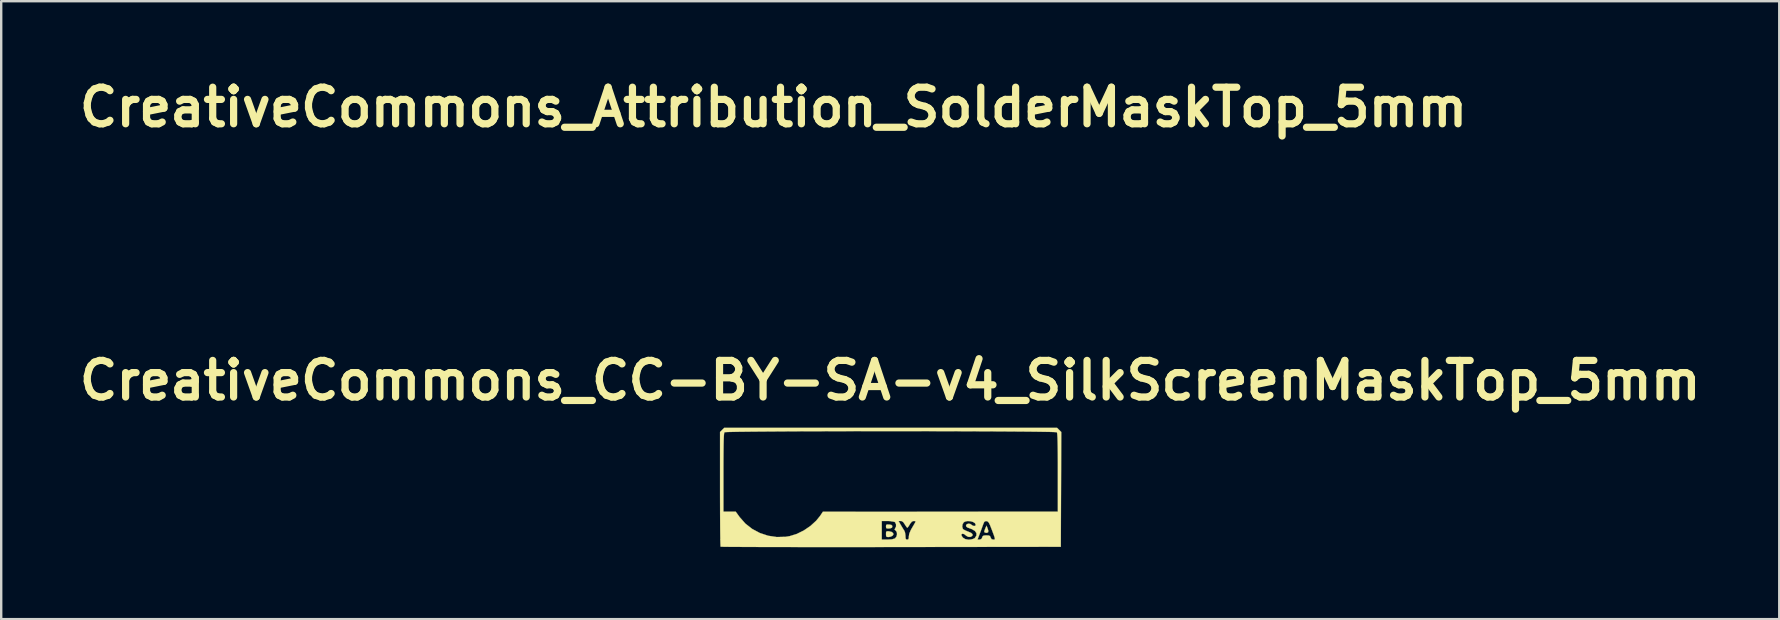
<source format=kicad_pcb>
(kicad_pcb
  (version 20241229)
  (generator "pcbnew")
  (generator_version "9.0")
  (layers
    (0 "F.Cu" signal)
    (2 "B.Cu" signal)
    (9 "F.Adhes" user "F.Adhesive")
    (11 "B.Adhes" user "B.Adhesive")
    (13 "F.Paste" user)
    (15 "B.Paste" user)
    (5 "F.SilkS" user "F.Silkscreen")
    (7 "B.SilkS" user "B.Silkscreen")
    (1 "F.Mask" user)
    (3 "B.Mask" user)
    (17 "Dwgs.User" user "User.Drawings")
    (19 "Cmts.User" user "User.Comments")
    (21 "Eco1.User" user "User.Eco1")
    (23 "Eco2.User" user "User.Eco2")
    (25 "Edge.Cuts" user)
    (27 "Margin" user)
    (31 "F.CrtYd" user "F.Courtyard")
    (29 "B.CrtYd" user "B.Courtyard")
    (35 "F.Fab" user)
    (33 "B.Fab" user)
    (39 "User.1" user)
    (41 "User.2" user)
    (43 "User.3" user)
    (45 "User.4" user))
  (footprint "CreativeCommons_Attribution_SolderMaskTop_5mm"
    (layer "F.Cu")
    (at 29.181 5.863)
    (property "Reference" "CreativeCommons_Attribution_SolderMaskTop_5mm" (at 0 -4.445 0) (layer "F.SilkS") (effects (font (size 1.524 1.524) (thickness 0.3))))
    (attr through_hole)
    (fp_poly (pts (xy 0.158 -1.622) (xy 0.278 -1.56) (xy 0.325 -1.503) (xy 0.361 -1.377) (xy 0.361 -1.225) (xy 0.33 -1.084) (xy 0.294 -1.018) (xy 0.196 -0.95) (xy 0.055 -0.912) (xy -0.095 -0.909) (xy -0.19 -0.933) (xy -0.301 -1.022) (xy -0.358 -1.172) (xy -0.366 -1.28) (xy -0.346 -1.444) (xy -0.28 -1.552) (xy -0.157 -1.621) (xy -0.143 -1.625) (xy 0.008 -1.647) (xy 0.158 -1.622)) (stroke (width 0.01) (type solid)) (fill yes) (layer "F.Mask"))
    (fp_poly (pts (xy 0.108 -0.814) (xy 0.302 -0.809) (xy 0.468 -0.799) (xy 0.588 -0.783) (xy 0.642 -0.764) (xy 0.665 -0.702) (xy 0.681 -0.567) (xy 0.689 -0.357) (xy 0.691 -0.154) (xy 0.691 0.406) (xy 0.406 0.406) (xy 0.406 1.666) (xy -0.406 1.666) (xy -0.406 0.406) (xy -0.691 0.406) (xy -0.691 -0.154) (xy -0.687 -0.422) (xy -0.677 -0.611) (xy -0.66 -0.726) (xy -0.642 -0.764) (xy -0.582 -0.784) (xy -0.458 -0.8) (xy -0.29 -0.81) (xy -0.095 -0.815) (xy 0.108 -0.814)) (stroke (width 0.01) (type solid)) (fill yes) (layer "F.Mask"))
    (fp_poly (pts (xy 0.144 -2.512) (xy 0.437 -2.489) (xy 0.699 -2.449) (xy 0.883 -2.399) (xy 1.25 -2.228) (xy 1.594 -1.99) (xy 1.902 -1.697) (xy 2.159 -1.362) (xy 2.354 -0.999) (xy 2.401 -0.879) (xy 2.455 -0.667) (xy 2.493 -0.402) (xy 2.514 -0.11) (xy 2.515 0.184) (xy 2.497 0.452) (xy 2.463 0.652) (xy 2.322 1.049) (xy 2.111 1.419) (xy 1.841 1.751) (xy 1.521 2.036) (xy 1.16 2.264) (xy 0.768 2.426) (xy 0.665 2.455) (xy 0.444 2.494) (xy 0.176 2.514) (xy -0.111 2.516) (xy -0.388 2.499) (xy -0.627 2.464) (xy -0.711 2.444) (xy -1.097 2.293) (xy -1.458 2.074) (xy -1.783 1.798) (xy -2.062 1.477) (xy -2.284 1.12) (xy -2.438 0.74) (xy -2.458 0.668) (xy -2.494 0.462) (xy -2.514 0.206) (xy -2.518 -0.073) (xy -2.514 -0.166) (xy -2.027 -0.166) (xy -2.024 0.209) (xy -1.948 0.58) (xy -1.799 0.935) (xy -1.703 1.093) (xy -1.446 1.411) (xy -1.144 1.668) (xy -0.807 1.859) (xy -0.443 1.982) (xy -0.062 2.033) (xy 0.327 2.008) (xy 0.507 1.97) (xy 0.793 1.872) (xy 1.052 1.731) (xy 1.307 1.534) (xy 1.446 1.403) (xy 1.692 1.123) (xy 1.866 0.839) (xy 1.974 0.532) (xy 2.025 0.184) (xy 2.031 0) (xy 2.005 -0.367) (xy 1.924 -0.692) (xy 1.779 -0.99) (xy 1.564 -1.278) (xy 1.425 -1.426) (xy 1.148 -1.673) (xy 0.874 -1.849) (xy 0.584 -1.961) (xy 0.26 -2.019) (xy 0 -2.031) (xy -0.398 -1.996) (xy -0.76 -1.89) (xy -1.095 -1.71) (xy -1.34 -1.517) (xy -1.614 -1.221) (xy -1.821 -0.891) (xy -1.959 -0.536) (xy -2.027 -0.166) (xy -2.514 -0.166) (xy -2.506 -0.343) (xy -2.477 -0.577) (xy -2.458 -0.668) (xy -2.321 -1.049) (xy -2.114 -1.406) (xy -1.831 -1.747) (xy -1.77 -1.809) (xy -1.479 -2.067) (xy -1.186 -2.259) (xy -0.872 -2.398) (xy -0.652 -2.463) (xy -0.427 -2.5) (xy -0.153 -2.516) (xy 0.144 -2.512)) (stroke (width 0.01) (type solid)) (fill yes) (layer "F.Mask")))
  (footprint "CreativeCommons_CC-BY-SA-v4_SilkScreenMaskTop_5mm"
    (layer "F.Cu")
    (at 34.043 17.247)
    (property "Reference" "CreativeCommons_CC-BY-SA-v4_SilkScreenMaskTop_5mm" (at 0 -4.445 0) (layer "F.SilkS") (effects (font (size 1.524 1.524) (thickness 0.3))))
    (attr through_hole)
    (fp_poly (pts (xy 0.471 -1.569) (xy 0.549 -1.515) (xy 0.592 -1.43) (xy 0.591 -1.334) (xy 0.544 -1.255) (xy 0.451 -1.204) (xy 0.35 -1.214) (xy 0.265 -1.282) (xy 0.26 -1.289) (xy 0.226 -1.395) (xy 0.253 -1.492) (xy 0.334 -1.56) (xy 0.371 -1.573) (xy 0.471 -1.569)) (stroke (width 0.01) (type solid)) (fill yes) (layer "F.Mask"))
    (fp_poly (pts (xy 0.426 -1.121) (xy 0.758 -1.111) (xy 0.769 -0.785) (xy 0.772 -0.632) (xy 0.77 -0.536) (xy 0.76 -0.484) (xy 0.74 -0.463) (xy 0.707 -0.459) (xy 0.673 -0.454) (xy 0.652 -0.431) (xy 0.641 -0.376) (xy 0.636 -0.277) (xy 0.635 -0.123) (xy 0.635 0.212) (xy 0.212 0.212) (xy 0.212 -0.123) (xy 0.211 -0.279) (xy 0.207 -0.377) (xy 0.196 -0.43) (xy 0.174 -0.453) (xy 0.138 -0.459) (xy 0.123 -0.459) (xy 0.08 -0.461) (xy 0.054 -0.479) (xy 0.041 -0.527) (xy 0.036 -0.618) (xy 0.036 -0.75) (xy 0.039 -0.89) (xy 0.048 -1.006) (xy 0.061 -1.077) (xy 0.065 -1.086) (xy 0.103 -1.109) (xy 0.189 -1.121) (xy 0.33 -1.124) (xy 0.426 -1.121)) (stroke (width 0.01) (type solid)) (fill yes) (layer "F.Mask"))
    (fp_poly (pts (xy -4.96 -0.704) (xy -4.785 -0.623) (xy -4.749 -0.597) (xy -4.674 -0.52) (xy -4.667 -0.457) (xy -4.728 -0.404) (xy -4.763 -0.388) (xy -4.846 -0.362) (xy -4.902 -0.376) (xy -4.934 -0.401) (xy -5.032 -0.451) (xy -5.144 -0.454) (xy -5.241 -0.413) (xy -5.272 -0.38) (xy -5.32 -0.259) (xy -5.326 -0.118) (xy -5.291 0.015) (xy -5.24 0.09) (xy -5.134 0.162) (xy -5.031 0.165) (xy -4.933 0.097) (xy -4.928 0.091) (xy -4.871 0.035) (xy -4.824 0.028) (xy -4.754 0.063) (xy -4.676 0.124) (xy -4.665 0.183) (xy -4.719 0.256) (xy -4.736 0.272) (xy -4.903 0.38) (xy -5.091 0.425) (xy -5.283 0.405) (xy -5.398 0.359) (xy -5.532 0.252) (xy -5.622 0.105) (xy -5.667 -0.066) (xy -5.666 -0.246) (xy -5.617 -0.417) (xy -5.519 -0.564) (xy -5.489 -0.592) (xy -5.329 -0.688) (xy -5.147 -0.726) (xy -4.96 -0.704)) (stroke (width 0.01) (type solid)) (fill yes) (layer "F.Mask"))
    (fp_poly (pts (xy -3.899 -0.709) (xy -3.727 -0.625) (xy -3.673 -0.581) (xy -3.547 -0.465) (xy -3.678 -0.403) (xy -3.764 -0.365) (xy -3.816 -0.36) (xy -3.86 -0.388) (xy -3.874 -0.4) (xy -3.956 -0.442) (xy -4.05 -0.459) (xy -4.137 -0.444) (xy -4.196 -0.387) (xy -4.219 -0.347) (xy -4.259 -0.215) (xy -4.255 -0.08) (xy -4.214 0.041) (xy -4.141 0.132) (xy -4.044 0.175) (xy -4.023 0.176) (xy -3.953 0.156) (xy -3.87 0.105) (xy -3.866 0.102) (xy -3.791 0.054) (xy -3.726 0.051) (xy -3.667 0.071) (xy -3.589 0.11) (xy -3.569 0.148) (xy -3.601 0.206) (xy -3.609 0.216) (xy -3.735 0.328) (xy -3.898 0.397) (xy -4.077 0.42) (xy -4.248 0.392) (xy -4.331 0.353) (xy -4.47 0.234) (xy -4.554 0.078) (xy -4.585 -0.122) (xy -4.586 -0.155) (xy -4.562 -0.359) (xy -4.489 -0.517) (xy -4.362 -0.633) (xy -4.28 -0.677) (xy -4.087 -0.727) (xy -3.899 -0.709)) (stroke (width 0.01) (type solid)) (fill yes) (layer "F.Mask"))
    (fp_poly (pts (xy 3.922 -1.402) (xy 4.046 -1.374) (xy 4.217 -1.274) (xy 4.348 -1.126) (xy 4.435 -0.944) (xy 4.473 -0.74) (xy 4.458 -0.527) (xy 4.389 -0.324) (xy 4.266 -0.152) (xy 4.101 -0.027) (xy 3.907 0.044) (xy 3.7 0.054) (xy 3.608 0.038) (xy 3.45 -0.028) (xy 3.316 -0.131) (xy 3.219 -0.258) (xy 3.176 -0.392) (xy 3.175 -0.415) (xy 3.183 -0.464) (xy 3.22 -0.487) (xy 3.303 -0.494) (xy 3.335 -0.494) (xy 3.438 -0.488) (xy 3.494 -0.464) (xy 3.525 -0.412) (xy 3.527 -0.408) (xy 3.597 -0.313) (xy 3.707 -0.258) (xy 3.834 -0.248) (xy 3.958 -0.288) (xy 3.976 -0.3) (xy 4.045 -0.386) (xy 4.09 -0.517) (xy 4.109 -0.672) (xy 4.103 -0.827) (xy 4.07 -0.962) (xy 4.009 -1.055) (xy 4.007 -1.056) (xy 3.891 -1.11) (xy 3.757 -1.114) (xy 3.636 -1.067) (xy 3.625 -1.059) (xy 3.557 -0.99) (xy 3.529 -0.927) (xy 3.544 -0.888) (xy 3.57 -0.882) (xy 3.573 -0.86) (xy 3.533 -0.804) (xy 3.493 -0.758) (xy 3.415 -0.686) (xy 3.353 -0.642) (xy 3.334 -0.635) (xy 3.288 -0.659) (xy 3.216 -0.718) (xy 3.175 -0.758) (xy 3.107 -0.837) (xy 3.094 -0.876) (xy 3.111 -0.882) (xy 3.159 -0.914) (xy 3.186 -0.983) (xy 3.237 -1.102) (xy 3.329 -1.226) (xy 3.444 -1.328) (xy 3.495 -1.359) (xy 3.612 -1.395) (xy 3.765 -1.409) (xy 3.922 -1.402)) (stroke (width 0.01) (type solid)) (fill yes) (layer "F.Mask"))
    (fp_poly (pts (xy 0.606 -2.065) (xy 0.9 -1.994) (xy 1.165 -1.867) (xy 1.393 -1.69) (xy 1.578 -1.466) (xy 1.712 -1.202) (xy 1.764 -1.028) (xy 1.802 -0.724) (xy 1.775 -0.432) (xy 1.692 -0.16) (xy 1.557 0.086) (xy 1.378 0.299) (xy 1.16 0.472) (xy 0.909 0.6) (xy 0.633 0.674) (xy 0.337 0.69) (xy 0.169 0.67) (xy -0.091 0.593) (xy -0.34 0.459) (xy -0.562 0.282) (xy -0.742 0.072) (xy -0.835 -0.092) (xy -0.933 -0.381) (xy -0.967 -0.671) (xy -0.961 -0.738) (xy -0.7 -0.738) (xy -0.681 -0.492) (xy -0.606 -0.256) (xy -0.477 -0.039) (xy -0.296 0.148) (xy -0.066 0.297) (xy 0.081 0.36) (xy 0.3 0.406) (xy 0.542 0.403) (xy 0.78 0.353) (xy 0.874 0.317) (xy 1.049 0.213) (xy 1.22 0.066) (xy 1.365 -0.102) (xy 1.423 -0.194) (xy 1.46 -0.274) (xy 1.483 -0.361) (xy 1.495 -0.475) (xy 1.499 -0.635) (xy 1.499 -0.688) (xy 1.491 -0.912) (xy 1.46 -1.088) (xy 1.399 -1.235) (xy 1.3 -1.374) (xy 1.199 -1.482) (xy 1.049 -1.616) (xy 0.904 -1.705) (xy 0.743 -1.756) (xy 0.546 -1.778) (xy 0.423 -1.781) (xy 0.18 -1.768) (xy -0.016 -1.724) (xy -0.183 -1.641) (xy -0.338 -1.511) (xy -0.394 -1.454) (xy -0.558 -1.229) (xy -0.66 -0.987) (xy -0.7 -0.738) (xy -0.961 -0.738) (xy -0.942 -0.955) (xy -0.863 -1.223) (xy -0.734 -1.469) (xy -0.559 -1.684) (xy -0.345 -1.86) (xy -0.094 -1.989) (xy 0.188 -2.063) (xy 0.29 -2.074) (xy 0.606 -2.065)) (stroke (width 0.01) (type solid)) (fill yes) (layer "F.Mask"))
    (fp_poly (pts (xy 4.076 -2.05) (xy 4.361 -1.956) (xy 4.616 -1.803) (xy 4.772 -1.663) (xy 4.944 -1.455) (xy 5.059 -1.247) (xy 5.128 -1.018) (xy 5.145 -0.917) (xy 5.158 -0.598) (xy 5.108 -0.301) (xy 5.001 -0.032) (xy 4.843 0.203) (xy 4.641 0.398) (xy 4.399 0.548) (xy 4.125 0.647) (xy 3.824 0.687) (xy 3.536 0.67) (xy 3.281 0.599) (xy 3.036 0.467) (xy 2.814 0.287) (xy 2.627 0.067) (xy 2.512 -0.132) (xy 2.438 -0.36) (xy 2.403 -0.619) (xy 2.403 -0.63) (xy 2.674 -0.63) (xy 2.718 -0.38) (xy 2.822 -0.142) (xy 2.953 0.036) (xy 3.166 0.224) (xy 3.404 0.349) (xy 3.661 0.409) (xy 3.928 0.402) (xy 4.197 0.328) (xy 4.245 0.307) (xy 4.477 0.164) (xy 4.671 -0.029) (xy 4.8 -0.232) (xy 4.863 -0.426) (xy 4.888 -0.653) (xy 4.874 -0.887) (xy 4.822 -1.102) (xy 4.803 -1.15) (xy 4.685 -1.344) (xy 4.518 -1.524) (xy 4.32 -1.67) (xy 4.269 -1.699) (xy 4.179 -1.74) (xy 4.087 -1.765) (xy 3.972 -1.777) (xy 3.811 -1.781) (xy 3.775 -1.781) (xy 3.603 -1.778) (xy 3.481 -1.767) (xy 3.387 -1.744) (xy 3.301 -1.707) (xy 3.288 -1.7) (xy 3.061 -1.544) (xy 2.884 -1.348) (xy 2.759 -1.124) (xy 2.689 -0.881) (xy 2.674 -0.63) (xy 2.403 -0.63) (xy 2.409 -0.885) (xy 2.451 -1.103) (xy 2.558 -1.353) (xy 2.72 -1.584) (xy 2.926 -1.783) (xy 3.161 -1.938) (xy 3.413 -2.036) (xy 3.455 -2.046) (xy 3.772 -2.08) (xy 4.076 -2.05)) (stroke (width 0.01) (type solid)) (fill yes) (layer "F.Mask"))
    (fp_poly (pts (xy -4.241 -1.981) (xy -3.913 -1.888) (xy -3.775 -1.828) (xy -3.557 -1.695) (xy -3.34 -1.513) (xy -3.144 -1.302) (xy -2.987 -1.082) (xy -2.932 -0.98) (xy -2.819 -0.666) (xy -2.764 -0.332) (xy -2.765 0.009) (xy -2.82 0.344) (xy -2.929 0.659) (xy -3.09 0.942) (xy -3.144 1.013) (xy -3.367 1.239) (xy -3.636 1.434) (xy -3.932 1.584) (xy -4.237 1.679) (xy -4.304 1.691) (xy -4.424 1.71) (xy -4.517 1.72) (xy -4.604 1.721) (xy -4.708 1.714) (xy -4.853 1.698) (xy -4.911 1.692) (xy -5.217 1.622) (xy -5.508 1.49) (xy -5.775 1.306) (xy -6.011 1.077) (xy -6.207 0.812) (xy -6.353 0.519) (xy -6.443 0.208) (xy -6.457 0.119) (xy -6.468 -0.18) (xy -6.115 -0.18) (xy -6.091 0.119) (xy -6.007 0.405) (xy -5.866 0.669) (xy -5.671 0.904) (xy -5.425 1.103) (xy -5.132 1.258) (xy -5.082 1.278) (xy -4.972 1.31) (xy -4.84 1.327) (xy -4.667 1.332) (xy -4.568 1.33) (xy -4.394 1.323) (xy -4.265 1.309) (xy -4.158 1.284) (xy -4.049 1.242) (xy -3.982 1.211) (xy -3.708 1.046) (xy -3.479 0.833) (xy -3.302 0.581) (xy -3.18 0.3) (xy -3.119 -0.002) (xy -3.122 -0.317) (xy -3.134 -0.396) (xy -3.22 -0.706) (xy -3.36 -0.98) (xy -3.548 -1.213) (xy -3.774 -1.401) (xy -4.031 -1.541) (xy -4.312 -1.628) (xy -4.607 -1.659) (xy -4.91 -1.629) (xy -5.213 -1.535) (xy -5.318 -1.486) (xy -5.485 -1.375) (xy -5.658 -1.218) (xy -5.815 -1.036) (xy -5.939 -0.848) (xy -5.969 -0.79) (xy -6.075 -0.485) (xy -6.115 -0.18) (xy -6.468 -0.18) (xy -6.472 -0.26) (xy -6.42 -0.617) (xy -6.303 -0.949) (xy -6.12 -1.255) (xy -5.872 -1.532) (xy -5.815 -1.584) (xy -5.549 -1.773) (xy -5.246 -1.909) (xy -4.92 -1.99) (xy -4.581 -2.014) (xy -4.241 -1.981)) (stroke (width 0.01) (type solid)) (fill yes) (layer "F.Mask"))
    (fp_poly (pts (xy 4.053 1.704) (xy 4.088 1.816) (xy 4.081 1.879) (xy 4.029 1.904) (xy 4.004 1.905) (xy 3.938 1.89) (xy 3.917 1.861) (xy 3.932 1.8) (xy 3.965 1.713) (xy 3.966 1.711) (xy 4.013 1.605) (xy 4.053 1.704)) (stroke (width 0.01) (type solid)) (fill yes) (layer "F.SilkS"))
    (fp_poly (pts (xy -0.048 1.841) (xy 0.061 1.867) (xy 0.123 1.917) (xy 0.133 1.978) (xy 0.09 2.031) (xy 0.003 2.069) (xy -0.077 2.081) (xy -0.144 2.074) (xy -0.171 2.038) (xy -0.176 1.956) (xy -0.172 1.873) (xy -0.145 1.841) (xy -0.074 1.839) (xy -0.048 1.841)) (stroke (width 0.01) (type solid)) (fill yes) (layer "F.SilkS"))
    (fp_poly (pts (xy -0.055 1.558) (xy -0.044 1.559) (xy 0.046 1.574) (xy 0.083 1.608) (xy 0.088 1.64) (xy 0.073 1.69) (xy 0.016 1.714) (xy -0.044 1.722) (xy -0.131 1.724) (xy -0.168 1.704) (xy -0.176 1.648) (xy -0.176 1.64) (xy -0.17 1.58) (xy -0.136 1.557) (xy -0.055 1.558)) (stroke (width 0.01) (type solid)) (fill yes) (layer "F.SilkS"))
    (fp_poly (pts (xy 7.04 -2.383) (xy 7.127 -2.296) (xy 7.118 0.096) (xy 7.108 2.487) (xy 0.032 2.496) (xy -0.669 2.497) (xy -1.352 2.497) (xy -2.012 2.498) (xy -2.647 2.498) (xy -3.254 2.497) (xy -3.827 2.497) (xy -4.366 2.496) (xy -4.865 2.496) (xy -5.323 2.495) (xy -5.734 2.493) (xy -6.097 2.492) (xy -6.407 2.49) (xy -6.662 2.489) (xy -6.858 2.487) (xy -6.991 2.485) (xy -7.059 2.482) (xy -7.067 2.481) (xy -7.071 2.443) (xy -7.075 2.34) (xy -7.079 2.178) (xy -7.082 1.963) (xy -7.085 1.7) (xy -7.087 1.397) (xy -7.089 1.057) (xy -7.09 0.688) (xy -7.091 0.295) (xy -7.091 0.081) (xy -7.091 -0.61) (xy -6.95 -0.61) (xy -6.95 1.023) (xy -6.437 1.023) (xy -6.274 1.249) (xy -6.035 1.52) (xy -5.751 1.742) (xy -5.432 1.912) (xy -5.088 2.026) (xy -4.729 2.08) (xy -4.363 2.071) (xy -4.191 2.043) (xy -3.896 1.952) (xy -3.602 1.807) (xy -3.325 1.619) (xy -3.097 1.411) (xy -0.353 1.411) (xy -0.353 2.187) (xy -0.114 2.187) (xy 0.071 2.176) (xy 0.189 2.142) (xy 0.204 2.132) (xy 0.261 2.059) (xy 0.284 1.96) (xy 0.27 1.866) (xy 0.22 1.803) (xy 0.18 1.767) (xy 0.202 1.724) (xy 0.203 1.724) (xy 0.242 1.644) (xy 0.242 1.549) (xy 0.205 1.469) (xy 0.179 1.448) (xy 0.109 1.429) (xy -0.005 1.415) (xy -0.121 1.411) (xy 0.346 1.411) (xy 0.443 1.579) (xy 0.507 1.687) (xy 0.564 1.78) (xy 0.588 1.816) (xy 0.618 1.895) (xy 0.634 2.005) (xy 0.635 2.036) (xy 0.64 2.133) (xy 0.661 2.177) (xy 0.706 2.187) (xy 0.753 2.175) (xy 0.773 2.125) (xy 0.776 2.053) (xy 0.787 1.987) (xy 2.963 1.987) (xy 2.986 2.044) (xy 3.035 2.11) (xy 3.13 2.167) (xy 3.259 2.191) (xy 3.308 2.187) (xy 3.637 2.187) (xy 3.723 2.187) (xy 3.797 2.164) (xy 3.831 2.099) (xy 3.854 2.043) (xy 3.901 2.018) (xy 3.993 2.011) (xy 4.007 2.011) (xy 4.106 2.016) (xy 4.157 2.039) (xy 4.181 2.091) (xy 4.184 2.099) (xy 4.223 2.169) (xy 4.292 2.187) (xy 4.331 2.186) (xy 4.354 2.177) (xy 4.36 2.15) (xy 4.349 2.093) (xy 4.317 1.998) (xy 4.263 1.853) (xy 4.216 1.729) (xy 4.158 1.583) (xy 4.114 1.492) (xy 4.075 1.442) (xy 4.032 1.421) (xy 4.013 1.418) (xy 3.954 1.421) (xy 3.914 1.457) (xy 3.876 1.545) (xy 3.871 1.559) (xy 3.83 1.673) (xy 3.777 1.819) (xy 3.727 1.949) (xy 3.637 2.187) (xy 3.308 2.187) (xy 3.393 2.181) (xy 3.503 2.137) (xy 3.528 2.117) (xy 3.593 2.015) (xy 3.592 1.916) (xy 3.528 1.825) (xy 3.403 1.75) (xy 3.313 1.718) (xy 3.209 1.678) (xy 3.163 1.633) (xy 3.157 1.604) (xy 3.186 1.548) (xy 3.253 1.523) (xy 3.33 1.531) (xy 3.385 1.568) (xy 3.447 1.611) (xy 3.513 1.62) (xy 3.557 1.595) (xy 3.563 1.572) (xy 3.532 1.503) (xy 3.451 1.451) (xy 3.342 1.42) (xy 3.224 1.413) (xy 3.117 1.436) (xy 3.063 1.469) (xy 3.014 1.55) (xy 3.001 1.65) (xy 3.026 1.737) (xy 3.046 1.759) (xy 3.107 1.794) (xy 3.204 1.837) (xy 3.247 1.853) (xy 3.373 1.908) (xy 3.432 1.964) (xy 3.426 2.022) (xy 3.416 2.036) (xy 3.342 2.077) (xy 3.247 2.071) (xy 3.161 2.023) (xy 3.149 2.011) (xy 3.083 1.959) (xy 3.016 1.941) (xy 2.971 1.961) (xy 2.963 1.987) (xy 0.787 1.987) (xy 0.796 1.934) (xy 0.858 1.788) (xy 0.917 1.684) (xy 0.984 1.571) (xy 1.034 1.482) (xy 1.058 1.434) (xy 1.058 1.431) (xy 1.028 1.416) (xy 0.977 1.411) (xy 0.906 1.435) (xy 0.837 1.516) (xy 0.816 1.552) (xy 0.764 1.636) (xy 0.723 1.687) (xy 0.712 1.693) (xy 0.682 1.665) (xy 0.633 1.594) (xy 0.607 1.552) (xy 0.541 1.457) (xy 0.477 1.416) (xy 0.437 1.411) (xy 0.346 1.411) (xy -0.121 1.411) (xy -0.353 1.411) (xy -3.097 1.411) (xy -3.085 1.4) (xy -2.924 1.202) (xy -2.805 1.025) (xy 2.09 1.024) (xy 6.985 1.023) (xy 6.985 -0.61) (xy 6.985 -1.02) (xy 6.983 -1.363) (xy 6.98 -1.645) (xy 6.976 -1.87) (xy 6.971 -2.041) (xy 6.964 -2.164) (xy 6.956 -2.243) (xy 6.946 -2.282) (xy 6.943 -2.286) (xy 6.903 -2.291) (xy 6.796 -2.296) (xy 6.628 -2.301) (xy 6.401 -2.305) (xy 6.12 -2.309) (xy 5.789 -2.313) (xy 5.413 -2.316) (xy 4.995 -2.319) (xy 4.539 -2.322) (xy 4.051 -2.324) (xy 3.533 -2.326) (xy 2.99 -2.328) (xy 2.426 -2.33) (xy 1.845 -2.331) (xy 1.252 -2.332) (xy 0.651 -2.332) (xy 0.045 -2.332) (xy -0.561 -2.332) (xy -1.163 -2.332) (xy -1.758 -2.331) (xy -2.339 -2.33) (xy -2.905 -2.328) (xy -3.45 -2.327) (xy -3.97 -2.325) (xy -4.462 -2.322) (xy -4.92 -2.319) (xy -5.342 -2.316) (xy -5.722 -2.313) (xy -6.057 -2.309) (xy -6.342 -2.306) (xy -6.574 -2.301) (xy -6.748 -2.297) (xy -6.86 -2.292) (xy -6.907 -2.286) (xy -6.907 -2.286) (xy -6.918 -2.257) (xy -6.927 -2.189) (xy -6.934 -2.078) (xy -6.94 -1.92) (xy -6.944 -1.709) (xy -6.947 -1.443) (xy -6.949 -1.116) (xy -6.95 -0.724) (xy -6.95 -0.61) (xy -7.091 -0.61) (xy -7.091 -2.296) (xy -7.004 -2.383) (xy -6.918 -2.469) (xy 6.953 -2.469) (xy 7.04 -2.383)) (stroke (width 0.01) (type solid)) (fill yes) (layer "F.SilkS")))
  (gr_rect
    (start -3 -3)
    (end 71.087 22.749)
    (stroke (width 0.1) (type default))
    (fill no)
    (layer "Edge.Cuts")))
</source>
